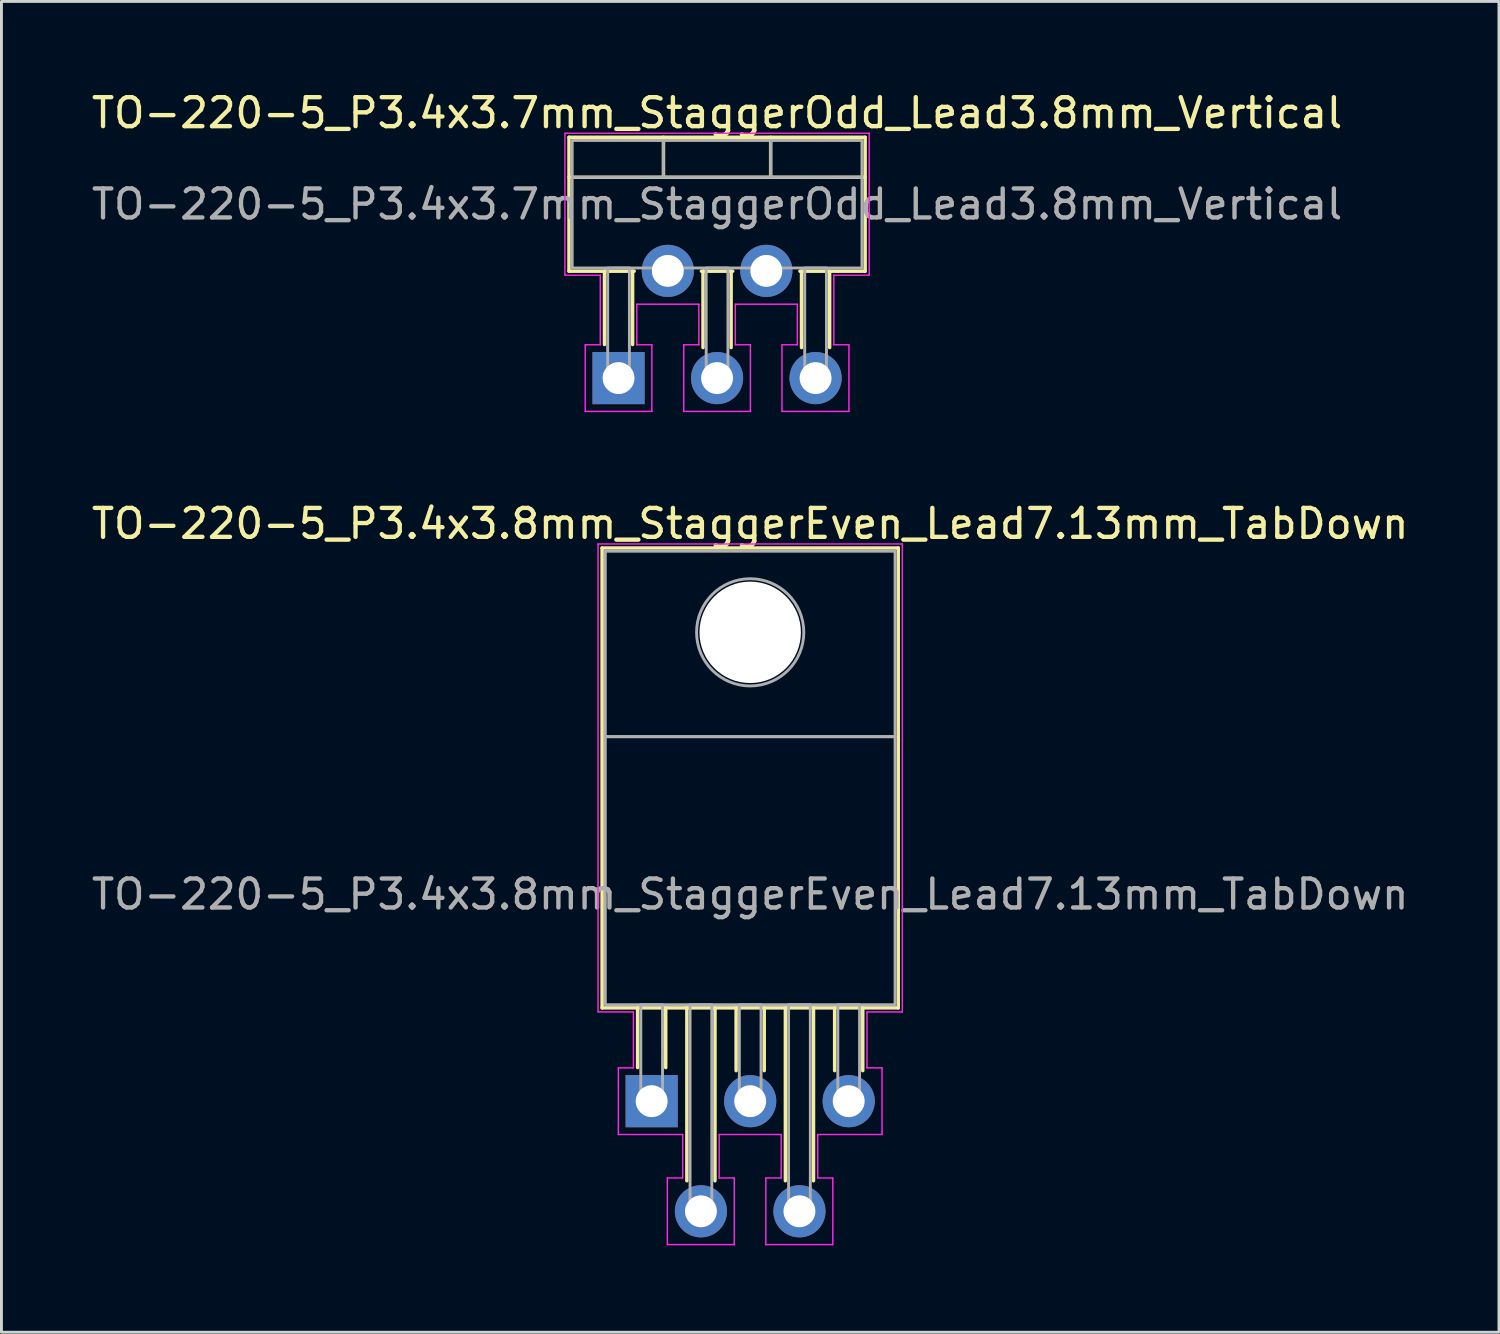
<source format=kicad_pcb>
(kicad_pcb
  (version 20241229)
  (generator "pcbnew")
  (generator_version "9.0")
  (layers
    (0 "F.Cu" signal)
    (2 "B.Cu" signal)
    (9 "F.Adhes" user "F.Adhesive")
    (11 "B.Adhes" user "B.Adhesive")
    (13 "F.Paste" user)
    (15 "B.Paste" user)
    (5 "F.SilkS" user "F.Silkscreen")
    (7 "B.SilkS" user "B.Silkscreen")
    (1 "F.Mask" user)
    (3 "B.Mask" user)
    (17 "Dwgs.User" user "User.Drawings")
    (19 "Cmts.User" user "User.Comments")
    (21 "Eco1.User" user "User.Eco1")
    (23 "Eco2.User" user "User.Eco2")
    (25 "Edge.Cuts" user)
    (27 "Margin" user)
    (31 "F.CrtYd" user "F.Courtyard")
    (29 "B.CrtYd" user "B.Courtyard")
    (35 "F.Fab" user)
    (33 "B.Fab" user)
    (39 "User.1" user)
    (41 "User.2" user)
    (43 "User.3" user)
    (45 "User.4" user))
  (footprint "TO-220-5_P3.4x3.8mm_StaggerEven_Lead7.13mm_TabDown"
    (layer "F.Cu")
    (at 19.439 34.952)
    (property "Reference" "TO-220-5_P3.4x3.8mm_StaggerEven_Lead7.13mm_TabDown" (at 3.4 -19.93 0) (layer "F.SilkS") (effects (font (size 1 1) (thickness 0.15))))
    (attr through_hole)
    (fp_line (start -1.71 -19.09) (end 8.51 -19.09) (stroke (width 0.12) (type solid)) (layer "F.SilkS"))
    (fp_line (start -1.71 -3.22) (end -1.71 -19.09) (stroke (width 0.12) (type solid)) (layer "F.SilkS"))
    (fp_line (start -1.71 -3.22) (end 8.51 -3.22) (stroke (width 0.12) (type solid)) (layer "F.SilkS"))
    (fp_line (start -0.485 -3.22) (end -0.485 -1.16) (stroke (width 0.12) (type solid)) (layer "F.SilkS"))
    (fp_line (start 0.485 -3.22) (end 0.485 -1.16) (stroke (width 0.12) (type solid)) (layer "F.SilkS"))
    (fp_line (start 1.215 -3.22) (end 1.215 2.746) (stroke (width 0.12) (type solid)) (layer "F.SilkS"))
    (fp_line (start 2.185 -3.22) (end 2.185 2.746) (stroke (width 0.12) (type solid)) (layer "F.SilkS"))
    (fp_line (start 2.915 -3.22) (end 2.915 -1.054) (stroke (width 0.12) (type solid)) (layer "F.SilkS"))
    (fp_line (start 3.885 -3.22) (end 3.885 -1.054) (stroke (width 0.12) (type solid)) (layer "F.SilkS"))
    (fp_line (start 4.615 -3.22) (end 4.615 2.746) (stroke (width 0.12) (type solid)) (layer "F.SilkS"))
    (fp_line (start 5.585 -3.22) (end 5.585 2.746) (stroke (width 0.12) (type solid)) (layer "F.SilkS"))
    (fp_line (start 6.315 -3.22) (end 6.315 -1.054) (stroke (width 0.12) (type solid)) (layer "F.SilkS"))
    (fp_line (start 7.285 -3.22) (end 7.285 -1.054) (stroke (width 0.12) (type solid)) (layer "F.SilkS"))
    (fp_line (start 8.51 -3.22) (end 8.51 -19.09) (stroke (width 0.12) (type solid)) (layer "F.SilkS"))
    (fp_line (start -1.85 -19.23) (end 8.65 -19.23) (stroke (width 0.05) (type solid)) (layer "F.CrtYd"))
    (fp_line (start -1.85 -3.08) (end -1.85 -19.23) (stroke (width 0.05) (type solid)) (layer "F.CrtYd"))
    (fp_line (start -1.15 -1.15) (end -0.63 -1.15) (stroke (width 0.05) (type solid)) (layer "F.CrtYd"))
    (fp_line (start -1.15 1.15) (end -1.15 -1.15) (stroke (width 0.05) (type solid)) (layer "F.CrtYd"))
    (fp_line (start -0.63 -3.08) (end -1.85 -3.08) (stroke (width 0.05) (type solid)) (layer "F.CrtYd"))
    (fp_line (start -0.63 -1.15) (end -0.63 -3.08) (stroke (width 0.05) (type solid)) (layer "F.CrtYd"))
    (fp_line (start 0.54 2.65) (end 1.07 2.65) (stroke (width 0.05) (type solid)) (layer "F.CrtYd"))
    (fp_line (start 0.54 4.95) (end 0.54 2.65) (stroke (width 0.05) (type solid)) (layer "F.CrtYd"))
    (fp_line (start 1.07 1.15) (end -1.15 1.15) (stroke (width 0.05) (type solid)) (layer "F.CrtYd"))
    (fp_line (start 1.07 2.65) (end 1.07 1.15) (stroke (width 0.05) (type solid)) (layer "F.CrtYd"))
    (fp_line (start 2.33 1.15) (end 2.33 2.65) (stroke (width 0.05) (type solid)) (layer "F.CrtYd"))
    (fp_line (start 2.33 2.65) (end 2.85 2.65) (stroke (width 0.05) (type solid)) (layer "F.CrtYd"))
    (fp_line (start 2.85 2.65) (end 2.85 4.95) (stroke (width 0.05) (type solid)) (layer "F.CrtYd"))
    (fp_line (start 2.85 4.95) (end 0.54 4.95) (stroke (width 0.05) (type solid)) (layer "F.CrtYd"))
    (fp_line (start 3.94 2.65) (end 4.47 2.65) (stroke (width 0.05) (type solid)) (layer "F.CrtYd"))
    (fp_line (start 3.94 4.95) (end 3.94 2.65) (stroke (width 0.05) (type solid)) (layer "F.CrtYd"))
    (fp_line (start 4.47 1.15) (end 2.33 1.15) (stroke (width 0.05) (type solid)) (layer "F.CrtYd"))
    (fp_line (start 4.47 2.65) (end 4.47 1.15) (stroke (width 0.05) (type solid)) (layer "F.CrtYd"))
    (fp_line (start 5.73 1.15) (end 5.73 2.65) (stroke (width 0.05) (type solid)) (layer "F.CrtYd"))
    (fp_line (start 5.73 2.65) (end 6.25 2.65) (stroke (width 0.05) (type solid)) (layer "F.CrtYd"))
    (fp_line (start 6.25 2.65) (end 6.25 4.95) (stroke (width 0.05) (type solid)) (layer "F.CrtYd"))
    (fp_line (start 6.25 4.95) (end 3.94 4.95) (stroke (width 0.05) (type solid)) (layer "F.CrtYd"))
    (fp_line (start 7.43 -3.08) (end 7.43 -1.15) (stroke (width 0.05) (type solid)) (layer "F.CrtYd"))
    (fp_line (start 7.43 -1.15) (end 7.95 -1.15) (stroke (width 0.05) (type solid)) (layer "F.CrtYd"))
    (fp_line (start 7.95 -1.15) (end 7.95 1.15) (stroke (width 0.05) (type solid)) (layer "F.CrtYd"))
    (fp_line (start 7.95 1.15) (end 5.73 1.15) (stroke (width 0.05) (type solid)) (layer "F.CrtYd"))
    (fp_line (start 8.65 -19.23) (end 8.65 -3.08) (stroke (width 0.05) (type solid)) (layer "F.CrtYd"))
    (fp_line (start 8.65 -3.08) (end 7.43 -3.08) (stroke (width 0.05) (type solid)) (layer "F.CrtYd"))
    (fp_rect (start -1.6 -18.98) (end 8.4 -12.58) (stroke (width 0.1) (type solid)) (fill no) (layer "F.Fab"))
    (fp_rect (start -1.6 -12.58) (end 8.4 -3.33) (stroke (width 0.1) (type solid)) (fill no) (layer "F.Fab"))
    (fp_rect (start -0.375 -3.33) (end 0.375 0) (stroke (width 0.1) (type solid)) (fill no) (layer "F.Fab"))
    (fp_rect (start 1.325 -3.33) (end 2.075 3.8) (stroke (width 0.1) (type solid)) (fill no) (layer "F.Fab"))
    (fp_rect (start 3.025 -3.33) (end 3.775 0) (stroke (width 0.1) (type solid)) (fill no) (layer "F.Fab"))
    (fp_rect (start 4.725 -3.33) (end 5.475 3.8) (stroke (width 0.1) (type solid)) (fill no) (layer "F.Fab"))
    (fp_rect (start 6.425 -3.33) (end 7.175 0) (stroke (width 0.1) (type solid)) (fill no) (layer "F.Fab"))
    (fp_circle (center 3.4 -16.18) (end 5.25 -16.18) (stroke (width 0.1) (type solid)) (fill no) (layer "F.Fab"))
    (fp_text user "${REFERENCE}" (at 3.4 -7.14 0) (layer "F.Fab") (effects (font (size 1 1) (thickness 0.15))))
    (pad "" np_thru_hole circle (at 3.4 -16.18) (size 3.5 3.5) (drill 3.5) (layers "*.Cu" "*.Mask"))
    (pad "1" thru_hole rect (at 0 0) (size 1.8 1.8) (drill 1.1) (layers "*.Cu" "*.Mask"))
    (pad "2" thru_hole circle (at 1.7 3.8) (size 1.8 1.8) (drill 1.1) (layers "*.Cu" "*.Mask"))
    (pad "3" thru_hole circle (at 3.4 0) (size 1.8 1.8) (drill 1.1) (layers "*.Cu" "*.Mask"))
    (pad "4" thru_hole circle (at 5.1 3.8) (size 1.8 1.8) (drill 1.1) (layers "*.Cu" "*.Mask"))
    (pad "5" thru_hole circle (at 6.8 0) (size 1.8 1.8) (drill 1.1) (layers "*.Cu" "*.Mask")))
  (footprint "TO-220-5_P3.4x3.7mm_StaggerOdd_Lead3.8mm_Vertical"
    (layer "F.Cu")
    (at 18.296 9.998)
    (property "Reference" "TO-220-5_P3.4x3.7mm_StaggerOdd_Lead3.8mm_Vertical" (at 3.4 -9.15 0) (layer "F.SilkS") (effects (font (size 1 1) (thickness 0.15))))
    (attr through_hole)
    (fp_line (start -1.71 -8.31) (end 8.51 -8.31) (stroke (width 0.12) (type solid)) (layer "F.SilkS"))
    (fp_line (start -1.71 -6.93) (end 8.51 -6.93) (stroke (width 0.12) (type solid)) (layer "F.SilkS"))
    (fp_line (start -1.71 -3.69) (end -1.71 -8.31) (stroke (width 0.12) (type solid)) (layer "F.SilkS"))
    (fp_line (start -0.485 -3.69) (end -0.485 -1.16) (stroke (width 0.12) (type solid)) (layer "F.SilkS"))
    (fp_line (start 0.485 -3.69) (end 0.485 -1.16) (stroke (width 0.12) (type solid)) (layer "F.SilkS"))
    (fp_line (start 0.54 -3.69) (end -1.71 -3.69) (stroke (width 0.12) (type solid)) (layer "F.SilkS"))
    (fp_line (start 1.55 -8.31) (end 1.55 -6.93) (stroke (width 0.12) (type solid)) (layer "F.SilkS"))
    (fp_line (start 2.915 -3.69) (end 2.915 -1.054) (stroke (width 0.12) (type solid)) (layer "F.SilkS"))
    (fp_line (start 3.885 -3.69) (end 3.885 -1.054) (stroke (width 0.12) (type solid)) (layer "F.SilkS"))
    (fp_line (start 3.94 -3.69) (end 2.86 -3.69) (stroke (width 0.12) (type solid)) (layer "F.SilkS"))
    (fp_line (start 5.25 -8.31) (end 5.25 -6.93) (stroke (width 0.12) (type solid)) (layer "F.SilkS"))
    (fp_line (start 6.315 -3.69) (end 6.315 -1.054) (stroke (width 0.12) (type solid)) (layer "F.SilkS"))
    (fp_line (start 7.285 -3.69) (end 7.285 -1.054) (stroke (width 0.12) (type solid)) (layer "F.SilkS"))
    (fp_line (start 8.51 -8.31) (end 8.51 -3.69) (stroke (width 0.12) (type solid)) (layer "F.SilkS"))
    (fp_line (start 8.51 -3.69) (end 6.26 -3.69) (stroke (width 0.12) (type solid)) (layer "F.SilkS"))
    (fp_line (start -1.85 -8.45) (end 8.65 -8.45) (stroke (width 0.05) (type solid)) (layer "F.CrtYd"))
    (fp_line (start -1.85 -3.55) (end -1.85 -8.45) (stroke (width 0.05) (type solid)) (layer "F.CrtYd"))
    (fp_line (start -1.15 -1.15) (end -0.63 -1.15) (stroke (width 0.05) (type solid)) (layer "F.CrtYd"))
    (fp_line (start -1.15 1.15) (end -1.15 -1.15) (stroke (width 0.05) (type solid)) (layer "F.CrtYd"))
    (fp_line (start -0.63 -3.55) (end -1.85 -3.55) (stroke (width 0.05) (type solid)) (layer "F.CrtYd"))
    (fp_line (start -0.63 -1.15) (end -0.63 -3.55) (stroke (width 0.05) (type solid)) (layer "F.CrtYd"))
    (fp_line (start 0.63 -2.55) (end 0.63 -1.15) (stroke (width 0.05) (type solid)) (layer "F.CrtYd"))
    (fp_line (start 0.63 -1.15) (end 1.15 -1.15) (stroke (width 0.05) (type solid)) (layer "F.CrtYd"))
    (fp_line (start 1.15 -1.15) (end 1.15 1.15) (stroke (width 0.05) (type solid)) (layer "F.CrtYd"))
    (fp_line (start 1.15 1.15) (end -1.15 1.15) (stroke (width 0.05) (type solid)) (layer "F.CrtYd"))
    (fp_line (start 2.25 -1.15) (end 2.77 -1.15) (stroke (width 0.05) (type solid)) (layer "F.CrtYd"))
    (fp_line (start 2.25 1.15) (end 2.25 -1.15) (stroke (width 0.05) (type solid)) (layer "F.CrtYd"))
    (fp_line (start 2.77 -2.55) (end 0.63 -2.55) (stroke (width 0.05) (type solid)) (layer "F.CrtYd"))
    (fp_line (start 2.77 -1.15) (end 2.77 -2.55) (stroke (width 0.05) (type solid)) (layer "F.CrtYd"))
    (fp_line (start 4.03 -2.55) (end 4.03 -1.15) (stroke (width 0.05) (type solid)) (layer "F.CrtYd"))
    (fp_line (start 4.03 -1.15) (end 4.55 -1.15) (stroke (width 0.05) (type solid)) (layer "F.CrtYd"))
    (fp_line (start 4.55 -1.15) (end 4.55 1.15) (stroke (width 0.05) (type solid)) (layer "F.CrtYd"))
    (fp_line (start 4.55 1.15) (end 2.25 1.15) (stroke (width 0.05) (type solid)) (layer "F.CrtYd"))
    (fp_line (start 5.64 -1.15) (end 6.17 -1.15) (stroke (width 0.05) (type solid)) (layer "F.CrtYd"))
    (fp_line (start 5.64 1.15) (end 5.64 -1.15) (stroke (width 0.05) (type solid)) (layer "F.CrtYd"))
    (fp_line (start 6.17 -2.55) (end 4.03 -2.55) (stroke (width 0.05) (type solid)) (layer "F.CrtYd"))
    (fp_line (start 6.17 -1.15) (end 6.17 -2.55) (stroke (width 0.05) (type solid)) (layer "F.CrtYd"))
    (fp_line (start 7.43 -3.55) (end 7.43 -1.15) (stroke (width 0.05) (type solid)) (layer "F.CrtYd"))
    (fp_line (start 7.43 -1.15) (end 7.95 -1.15) (stroke (width 0.05) (type solid)) (layer "F.CrtYd"))
    (fp_line (start 7.95 -1.15) (end 7.95 1.15) (stroke (width 0.05) (type solid)) (layer "F.CrtYd"))
    (fp_line (start 7.95 1.15) (end 5.64 1.15) (stroke (width 0.05) (type solid)) (layer "F.CrtYd"))
    (fp_line (start 8.65 -8.45) (end 8.65 -3.55) (stroke (width 0.05) (type solid)) (layer "F.CrtYd"))
    (fp_line (start 8.65 -3.55) (end 7.43 -3.55) (stroke (width 0.05) (type solid)) (layer "F.CrtYd"))
    (fp_line (start -1.6 -6.93) (end 8.4 -6.93) (stroke (width 0.1) (type solid)) (layer "F.Fab"))
    (fp_line (start 1.55 -8.2) (end 1.55 -6.93) (stroke (width 0.1) (type solid)) (layer "F.Fab"))
    (fp_line (start 5.25 -8.2) (end 5.25 -6.93) (stroke (width 0.1) (type solid)) (layer "F.Fab"))
    (fp_rect (start -1.6 -8.2) (end 8.4 -3.8) (stroke (width 0.1) (type solid)) (fill no) (layer "F.Fab"))
    (fp_rect (start -0.375 -3.8) (end 0.375 0) (stroke (width 0.1) (type solid)) (fill no) (layer "F.Fab"))
    (fp_rect (start 1.325 -3.8) (end 2.075 -3.7) (stroke (width 0.1) (type solid)) (fill no) (layer "F.Fab"))
    (fp_rect (start 3.025 -3.8) (end 3.775 0) (stroke (width 0.1) (type solid)) (fill no) (layer "F.Fab"))
    (fp_rect (start 4.725 -3.8) (end 5.475 -3.7) (stroke (width 0.1) (type solid)) (fill no) (layer "F.Fab"))
    (fp_rect (start 6.425 -3.8) (end 7.175 0) (stroke (width 0.1) (type solid)) (fill no) (layer "F.Fab"))
    (fp_text user "${REFERENCE}" (at 3.4 -6 0) (layer "F.Fab") (effects (font (size 1 1) (thickness 0.15))))
    (pad "1" thru_hole rect (at 0 0) (size 1.8 1.8) (drill 1.1) (layers "*.Cu" "*.Mask"))
    (pad "2" thru_hole circle (at 1.7 -3.7) (size 1.8 1.8) (drill 1.1) (layers "*.Cu" "*.Mask"))
    (pad "3" thru_hole circle (at 3.4 0) (size 1.8 1.8) (drill 1.1) (layers "*.Cu" "*.Mask"))
    (pad "4" thru_hole circle (at 5.1 -3.7) (size 1.8 1.8) (drill 1.1) (layers "*.Cu" "*.Mask"))
    (pad "5" thru_hole circle (at 6.8 0) (size 1.8 1.8) (drill 1.1) (layers "*.Cu" "*.Mask")))
  (gr_rect
    (start -3 -3)
    (end 48.679 42.926)
    (stroke (width 0.1) (type default))
    (fill no)
    (layer "Edge.Cuts")))
</source>
